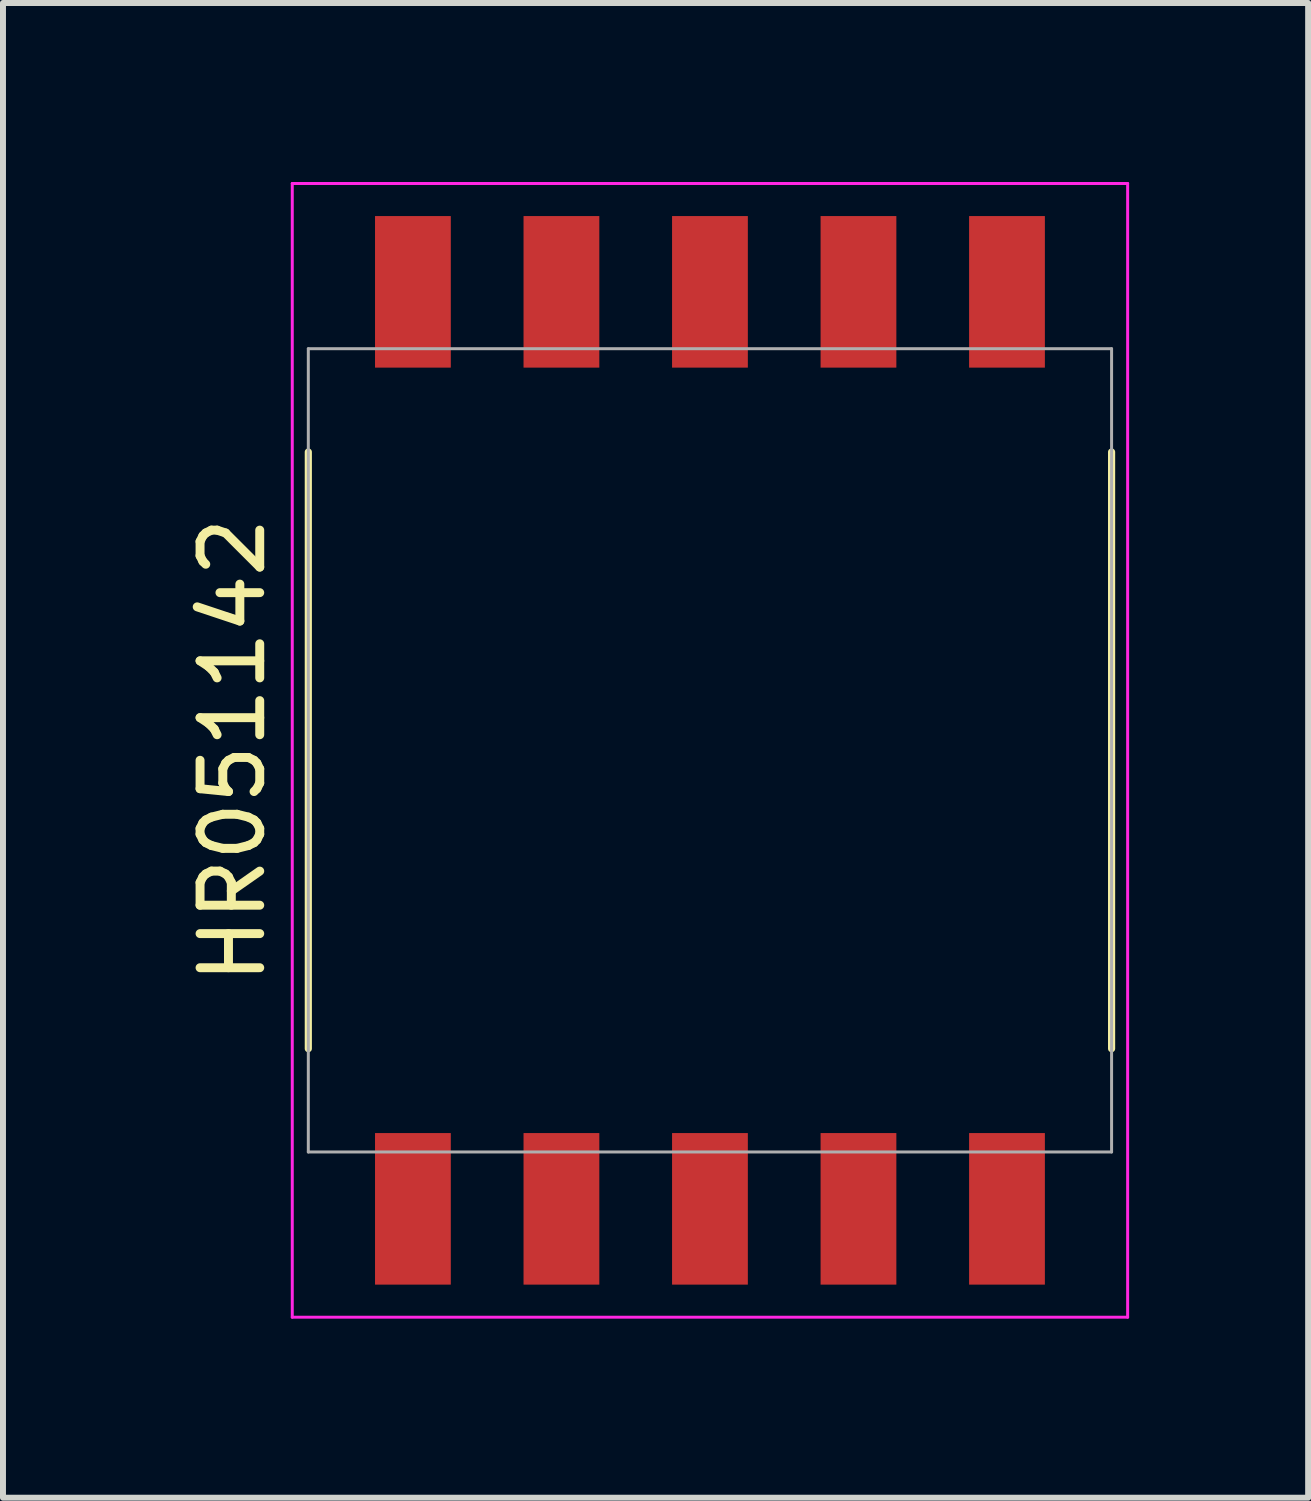
<source format=kicad_pcb>
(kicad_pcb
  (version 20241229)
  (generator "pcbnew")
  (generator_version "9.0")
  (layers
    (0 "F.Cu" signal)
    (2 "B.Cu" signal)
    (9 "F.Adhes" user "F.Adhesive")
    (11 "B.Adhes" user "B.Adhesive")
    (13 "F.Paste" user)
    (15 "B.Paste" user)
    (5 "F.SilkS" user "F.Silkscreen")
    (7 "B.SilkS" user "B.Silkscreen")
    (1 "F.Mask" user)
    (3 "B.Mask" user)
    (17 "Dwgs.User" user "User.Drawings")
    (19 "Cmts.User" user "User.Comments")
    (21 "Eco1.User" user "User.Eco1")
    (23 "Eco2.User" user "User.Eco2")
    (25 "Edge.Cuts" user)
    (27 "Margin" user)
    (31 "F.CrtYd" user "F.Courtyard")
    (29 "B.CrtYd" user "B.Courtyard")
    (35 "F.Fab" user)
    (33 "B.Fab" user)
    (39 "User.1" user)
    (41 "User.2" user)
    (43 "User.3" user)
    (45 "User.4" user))
  (footprint "HR051142"
    (layer "F.Cu")
    (at 8.848 9.525)
    (property "Reference" "HR051142" (at -8 0 270) (layer "F.SilkS") (effects (font (size 1 1) (thickness 0.15))))
    (attr through_hole)
    (fp_line (start -6.731 5) (end -6.731 -5) (stroke (width 0.12) (type solid)) (layer "F.SilkS"))
    (fp_line (start 6.731 -5) (end 6.731 5) (stroke (width 0.12) (type solid)) (layer "F.SilkS"))
    (fp_line (start -7 -9.5) (end 7 -9.5) (stroke (width 0.05) (type solid)) (layer "F.CrtYd"))
    (fp_line (start -7 9.5) (end -7 -9.5) (stroke (width 0.05) (type solid)) (layer "F.CrtYd"))
    (fp_line (start 7 -9.5) (end 7 9.5) (stroke (width 0.05) (type solid)) (layer "F.CrtYd"))
    (fp_line (start 7 9.5) (end -7 9.5) (stroke (width 0.05) (type solid)) (layer "F.CrtYd"))
    (fp_line (start -6.731 -6.731) (end 6.731 -6.731) (stroke (width 0.05) (type solid)) (layer "F.Fab"))
    (fp_line (start -6.731 6.731) (end -6.731 -6.731) (stroke (width 0.05) (type solid)) (layer "F.Fab"))
    (fp_line (start 6.731 -6.731) (end 6.731 6.731) (stroke (width 0.05) (type solid)) (layer "F.Fab"))
    (fp_line (start 6.731 6.731) (end -6.731 6.731) (stroke (width 0.05) (type solid)) (layer "F.Fab"))
    (pad "1" smd rect (at 4.978 7.684) (size 1.27 2.54) (layers "F.Cu" "F.Mask" "F.Paste"))
    (pad "2" smd rect (at 2.489 7.684) (size 1.27 2.54) (layers "F.Cu" "F.Mask" "F.Paste"))
    (pad "3" smd rect (at 0 7.684) (size 1.27 2.54) (layers "F.Cu" "F.Mask" "F.Paste"))
    (pad "4" smd rect (at -2.489 7.684) (size 1.27 2.54) (layers "F.Cu" "F.Mask" "F.Paste"))
    (pad "5" smd rect (at -4.978 7.684) (size 1.27 2.54) (layers "F.Cu" "F.Mask" "F.Paste"))
    (pad "6" smd rect (at -4.978 -7.684) (size 1.27 2.54) (layers "F.Cu" "F.Mask" "F.Paste"))
    (pad "7" smd rect (at -2.489 -7.684) (size 1.27 2.54) (layers "F.Cu" "F.Mask" "F.Paste"))
    (pad "8" smd rect (at 0 -7.684) (size 1.27 2.54) (layers "F.Cu" "F.Mask" "F.Paste"))
    (pad "9" smd rect (at 2.489 -7.684) (size 1.27 2.54) (layers "F.Cu" "F.Mask" "F.Paste"))
    (pad "10" smd rect (at 4.978 -7.684) (size 1.27 2.54) (layers "F.Cu" "F.Mask" "F.Paste")))
  (gr_rect
    (start -3 -3)
    (end 18.873 22.05)
    (stroke (width 0.1) (type default))
    (fill no)
    (layer "Edge.Cuts")))
</source>
